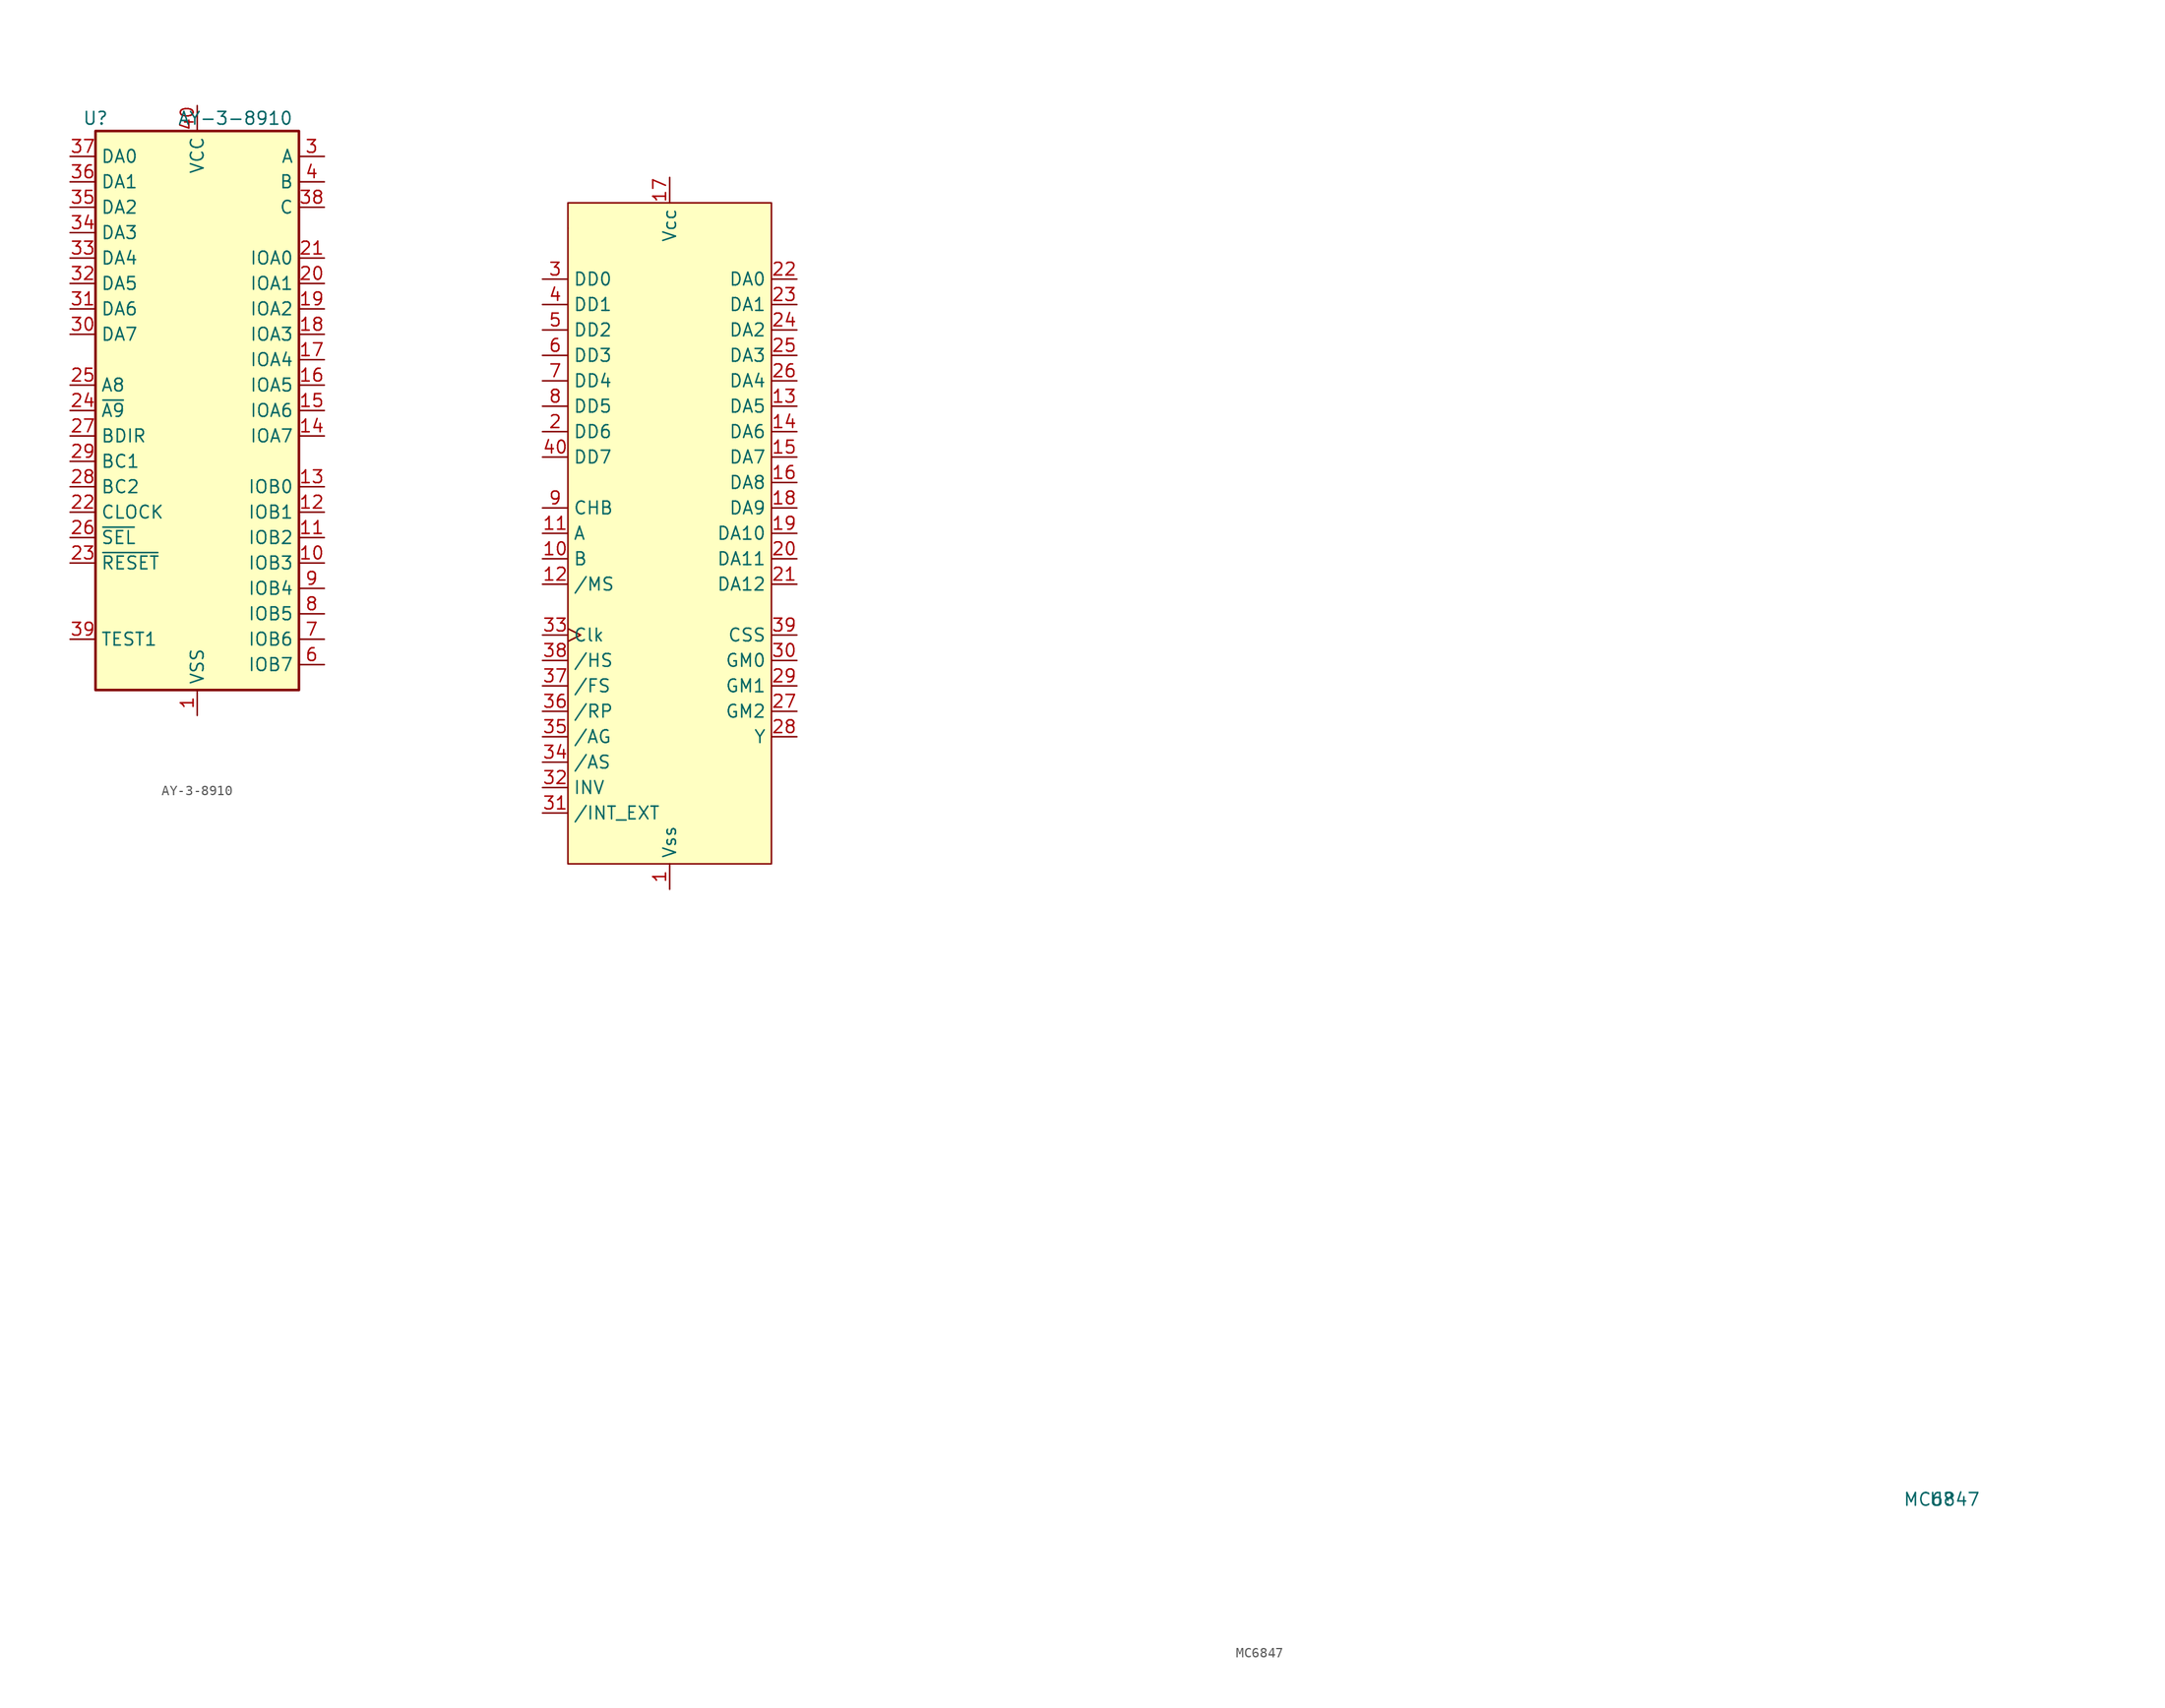
<source format=kicad_sym>
(kicad_symbol_lib
  (version 20211014)
  (generator kicad_symbol_editor)
  (symbol "AY-3-8910"
    (property "Reference" "U"
      (at -10.16 29.21 0)
      (effects (font (size 1.27 1.27))))
    (property "Value" "AY-3-8910"
      (at 3.81 29.21 0)
      (effects (font (size 1.27 1.27))))
    (symbol "AY-3-8910_0_1"
      (rectangle (start -10.16 27.94) (end 10.16 -27.94) (stroke (width 0.254) (type default) (color 0 0 0 0)) (fill (type background))))
    (symbol "AY-3-8910_1_1"
      (pin power_in line (at 0 -30.48 90) (length 2.54) (name "VSS" (effects (font (size 1.27 1.27)))) (number "1" (effects (font (size 1.27 1.27)))))
      (pin bidirectional line (at 12.7 -15.24 180) (length 2.54) (name "IOB3" (effects (font (size 1.27 1.27)))) (number "10" (effects (font (size 1.27 1.27)))))
      (pin bidirectional line (at 12.7 -12.7 180) (length 2.54) (name "IOB2" (effects (font (size 1.27 1.27)))) (number "11" (effects (font (size 1.27 1.27)))))
      (pin bidirectional line (at 12.7 -10.16 180) (length 2.54) (name "IOB1" (effects (font (size 1.27 1.27)))) (number "12" (effects (font (size 1.27 1.27)))))
      (pin bidirectional line (at 12.7 -7.62 180) (length 2.54) (name "IOB0" (effects (font (size 1.27 1.27)))) (number "13" (effects (font (size 1.27 1.27)))))
      (pin bidirectional line (at 12.7 -2.54 180) (length 2.54) (name "IOA7" (effects (font (size 1.27 1.27)))) (number "14" (effects (font (size 1.27 1.27)))))
      (pin bidirectional line (at 12.7 0 180) (length 2.54) (name "IOA6" (effects (font (size 1.27 1.27)))) (number "15" (effects (font (size 1.27 1.27)))))
      (pin bidirectional line (at 12.7 2.54 180) (length 2.54) (name "IOA5" (effects (font (size 1.27 1.27)))) (number "16" (effects (font (size 1.27 1.27)))))
      (pin bidirectional line (at 12.7 5.08 180) (length 2.54) (name "IOA4" (effects (font (size 1.27 1.27)))) (number "17" (effects (font (size 1.27 1.27)))))
      (pin bidirectional line (at 12.7 7.62 180) (length 2.54) (name "IOA3" (effects (font (size 1.27 1.27)))) (number "18" (effects (font (size 1.27 1.27)))))
      (pin bidirectional line (at 12.7 10.16 180) (length 2.54) (name "IOA2" (effects (font (size 1.27 1.27)))) (number "19" (effects (font (size 1.27 1.27)))))
      (pin no_connect line (at -10.16 -17.78 0) (length 2.54) hide (name "NC" (effects (font (size 1.27 1.27)))) (number "2" (effects (font (size 1.27 1.27)))))
      (pin bidirectional line (at 12.7 12.7 180) (length 2.54) (name "IOA1" (effects (font (size 1.27 1.27)))) (number "20" (effects (font (size 1.27 1.27)))))
      (pin bidirectional line (at 12.7 15.24 180) (length 2.54) (name "IOA0" (effects (font (size 1.27 1.27)))) (number "21" (effects (font (size 1.27 1.27)))))
      (pin input line (at -12.7 -10.16 0) (length 2.54) (name "CLOCK" (effects (font (size 1.27 1.27)))) (number "22" (effects (font (size 1.27 1.27)))))
      (pin input line (at -12.7 -15.24 0) (length 2.54) (name "~{RESET}" (effects (font (size 1.27 1.27)))) (number "23" (effects (font (size 1.27 1.27)))))
      (pin input line (at -12.7 0 0) (length 2.54) (name "~{A9}" (effects (font (size 1.27 1.27)))) (number "24" (effects (font (size 1.27 1.27)))))
      (pin input line (at -12.7 2.54 0) (length 2.54) (name "A8" (effects (font (size 1.27 1.27)))) (number "25" (effects (font (size 1.27 1.27)))))
      (pin input line (at -12.7 -12.7 0) (length 2.54) (name "~{SEL}" (effects (font (size 1.27 1.27)))) (number "26" (effects (font (size 1.27 1.27)))))
      (pin input line (at -12.7 -2.54 0) (length 2.54) (name "BDIR" (effects (font (size 1.27 1.27)))) (number "27" (effects (font (size 1.27 1.27)))))
      (pin input line (at -12.7 -7.62 0) (length 2.54) (name "BC2" (effects (font (size 1.27 1.27)))) (number "28" (effects (font (size 1.27 1.27)))))
      (pin input line (at -12.7 -5.08 0) (length 2.54) (name "BC1" (effects (font (size 1.27 1.27)))) (number "29" (effects (font (size 1.27 1.27)))))
      (pin output line (at 12.7 25.4 180) (length 2.54) (name "A" (effects (font (size 1.27 1.27)))) (number "3" (effects (font (size 1.27 1.27)))))
      (pin bidirectional line (at -12.7 7.62 0) (length 2.54) (name "DA7" (effects (font (size 1.27 1.27)))) (number "30" (effects (font (size 1.27 1.27)))))
      (pin bidirectional line (at -12.7 10.16 0) (length 2.54) (name "DA6" (effects (font (size 1.27 1.27)))) (number "31" (effects (font (size 1.27 1.27)))))
      (pin bidirectional line (at -12.7 12.7 0) (length 2.54) (name "DA5" (effects (font (size 1.27 1.27)))) (number "32" (effects (font (size 1.27 1.27)))))
      (pin bidirectional line (at -12.7 15.24 0) (length 2.54) (name "DA4" (effects (font (size 1.27 1.27)))) (number "33" (effects (font (size 1.27 1.27)))))
      (pin bidirectional line (at -12.7 17.78 0) (length 2.54) (name "DA3" (effects (font (size 1.27 1.27)))) (number "34" (effects (font (size 1.27 1.27)))))
      (pin bidirectional line (at -12.7 20.32 0) (length 2.54) (name "DA2" (effects (font (size 1.27 1.27)))) (number "35" (effects (font (size 1.27 1.27)))))
      (pin bidirectional line (at -12.7 22.86 0) (length 2.54) (name "DA1" (effects (font (size 1.27 1.27)))) (number "36" (effects (font (size 1.27 1.27)))))
      (pin bidirectional line (at -12.7 25.4 0) (length 2.54) (name "DA0" (effects (font (size 1.27 1.27)))) (number "37" (effects (font (size 1.27 1.27)))))
      (pin output line (at 12.7 20.32 180) (length 2.54) (name "C" (effects (font (size 1.27 1.27)))) (number "38" (effects (font (size 1.27 1.27)))))
      (pin passive line (at -12.7 -22.86 0) (length 2.54) (name "TEST1" (effects (font (size 1.27 1.27)))) (number "39" (effects (font (size 1.27 1.27)))))
      (pin output line (at 12.7 22.86 180) (length 2.54) (name "B" (effects (font (size 1.27 1.27)))) (number "4" (effects (font (size 1.27 1.27)))))
      (pin power_in line (at 0 30.48 270) (length 2.54) (name "VCC" (effects (font (size 1.27 1.27)))) (number "40" (effects (font (size 1.27 1.27)))))
      (pin no_connect line (at -10.16 -20.32 0) (length 2.54) hide (name "NC" (effects (font (size 1.27 1.27)))) (number "5" (effects (font (size 1.27 1.27)))))
      (pin bidirectional line (at 12.7 -25.4 180) (length 2.54) (name "IOB7" (effects (font (size 1.27 1.27)))) (number "6" (effects (font (size 1.27 1.27)))))
      (pin bidirectional line (at 12.7 -22.86 180) (length 2.54) (name "IOB6" (effects (font (size 1.27 1.27)))) (number "7" (effects (font (size 1.27 1.27)))))
      (pin bidirectional line (at 12.7 -20.32 180) (length 2.54) (name "IOB5" (effects (font (size 1.27 1.27)))) (number "8" (effects (font (size 1.27 1.27)))))
      (pin bidirectional line (at 12.7 -17.78 180) (length 2.54) (name "IOB4" (effects (font (size 1.27 1.27)))) (number "9" (effects (font (size 1.27 1.27)))))))
  (symbol "MC6847"
    (property "Reference" "U"
      (at 0 0 0)
      (effects (font (size 1.27 1.27))))
    (property "Value" "MC6847"
      (at 0 0 0)
      (effects (font (size 1.27 1.27))))
    (symbol "MC6847_0_1"
      (rectangle (start -137.16 127) (end -137.16 127) (stroke (width 0) (type default) (color 0 0 0 0)) (fill (type none)))
      (rectangle (start -137.16 129.54) (end -116.84 63.5) (stroke (width 0) (type default) (color 0 0 0 0)) (fill (type background))))
    (symbol "MC6847_1_1"
      (pin power_in line (at -127 60.96 90) (length 2.54) (name "Vss" (effects (font (size 1.27 1.27)))) (number "1" (effects (font (size 1.27 1.27)))))
      (pin output line (at -139.7 93.98 0) (length 2.54) (name "B" (effects (font (size 1.27 1.27)))) (number "10" (effects (font (size 1.27 1.27)))))
      (pin output line (at -139.7 96.52 0) (length 2.54) (name "A" (effects (font (size 1.27 1.27)))) (number "11" (effects (font (size 1.27 1.27)))))
      (pin input line (at -139.7 91.44 0) (length 2.54) (name "/MS" (effects (font (size 1.27 1.27)))) (number "12" (effects (font (size 1.27 1.27)))))
      (pin output line (at -114.3 109.22 180) (length 2.54) (name "DA5" (effects (font (size 1.27 1.27)))) (number "13" (effects (font (size 1.27 1.27)))))
      (pin output line (at -114.3 106.68 180) (length 2.54) (name "DA6" (effects (font (size 1.27 1.27)))) (number "14" (effects (font (size 1.27 1.27)))))
      (pin output line (at -114.3 104.14 180) (length 2.54) (name "DA7" (effects (font (size 1.27 1.27)))) (number "15" (effects (font (size 1.27 1.27)))))
      (pin output line (at -114.3 101.6 180) (length 2.54) (name "DA8" (effects (font (size 1.27 1.27)))) (number "16" (effects (font (size 1.27 1.27)))))
      (pin power_in line (at -127 132.08 270) (length 2.54) (name "Vcc" (effects (font (size 1.27 1.27)))) (number "17" (effects (font (size 1.27 1.27)))))
      (pin output line (at -114.3 99.06 180) (length 2.54) (name "DA9" (effects (font (size 1.27 1.27)))) (number "18" (effects (font (size 1.27 1.27)))))
      (pin output line (at -114.3 96.52 180) (length 2.54) (name "DA10" (effects (font (size 1.27 1.27)))) (number "19" (effects (font (size 1.27 1.27)))))
      (pin input line (at -139.7 106.68 0) (length 2.54) (name "DD6" (effects (font (size 1.27 1.27)))) (number "2" (effects (font (size 1.27 1.27)))))
      (pin output line (at -114.3 93.98 180) (length 2.54) (name "DA11" (effects (font (size 1.27 1.27)))) (number "20" (effects (font (size 1.27 1.27)))))
      (pin output line (at -114.3 91.44 180) (length 2.54) (name "DA12" (effects (font (size 1.27 1.27)))) (number "21" (effects (font (size 1.27 1.27)))))
      (pin output line (at -114.3 121.92 180) (length 2.54) (name "DA0" (effects (font (size 1.27 1.27)))) (number "22" (effects (font (size 1.27 1.27)))))
      (pin output line (at -114.3 119.38 180) (length 2.54) (name "DA1" (effects (font (size 1.27 1.27)))) (number "23" (effects (font (size 1.27 1.27)))))
      (pin output line (at -114.3 116.84 180) (length 2.54) (name "DA2" (effects (font (size 1.27 1.27)))) (number "24" (effects (font (size 1.27 1.27)))))
      (pin output line (at -114.3 114.3 180) (length 2.54) (name "DA3" (effects (font (size 1.27 1.27)))) (number "25" (effects (font (size 1.27 1.27)))))
      (pin output line (at -114.3 111.76 180) (length 2.54) (name "DA4" (effects (font (size 1.27 1.27)))) (number "26" (effects (font (size 1.27 1.27)))))
      (pin input line (at -114.3 78.74 180) (length 2.54) (name "GM2" (effects (font (size 1.27 1.27)))) (number "27" (effects (font (size 1.27 1.27)))))
      (pin input line (at -114.3 76.2 180) (length 2.54) (name "Y" (effects (font (size 1.27 1.27)))) (number "28" (effects (font (size 1.27 1.27)))))
      (pin input line (at -114.3 81.28 180) (length 2.54) (name "GM1" (effects (font (size 1.27 1.27)))) (number "29" (effects (font (size 1.27 1.27)))))
      (pin input line (at -139.7 121.92 0) (length 2.54) (name "DD0" (effects (font (size 1.27 1.27)))) (number "3" (effects (font (size 1.27 1.27)))))
      (pin input line (at -114.3 83.82 180) (length 2.54) (name "GM0" (effects (font (size 1.27 1.27)))) (number "30" (effects (font (size 1.27 1.27)))))
      (pin input line (at -139.7 68.58 0) (length 2.54) (name "/INT_EXT" (effects (font (size 1.27 1.27)))) (number "31" (effects (font (size 1.27 1.27)))))
      (pin input line (at -139.7 71.12 0) (length 2.54) (name "INV" (effects (font (size 1.27 1.27)))) (number "32" (effects (font (size 1.27 1.27)))))
      (pin input clock (at -139.7 86.36 0) (length 2.54) (name "Clk" (effects (font (size 1.27 1.27)))) (number "33" (effects (font (size 1.27 1.27)))))
      (pin input line (at -139.7 73.66 0) (length 2.54) (name "/AS" (effects (font (size 1.27 1.27)))) (number "34" (effects (font (size 1.27 1.27)))))
      (pin input line (at -139.7 76.2 0) (length 2.54) (name "/AG" (effects (font (size 1.27 1.27)))) (number "35" (effects (font (size 1.27 1.27)))))
      (pin input line (at -139.7 78.74 0) (length 2.54) (name "/RP" (effects (font (size 1.27 1.27)))) (number "36" (effects (font (size 1.27 1.27)))))
      (pin input line (at -139.7 81.28 0) (length 2.54) (name "/FS" (effects (font (size 1.27 1.27)))) (number "37" (effects (font (size 1.27 1.27)))))
      (pin input line (at -139.7 83.82 0) (length 2.54) (name "/HS" (effects (font (size 1.27 1.27)))) (number "38" (effects (font (size 1.27 1.27)))))
      (pin input line (at -114.3 86.36 180) (length 2.54) (name "CSS" (effects (font (size 1.27 1.27)))) (number "39" (effects (font (size 1.27 1.27)))))
      (pin input line (at -139.7 119.38 0) (length 2.54) (name "DD1" (effects (font (size 1.27 1.27)))) (number "4" (effects (font (size 1.27 1.27)))))
      (pin input line (at -139.7 104.14 0) (length 2.54) (name "DD7" (effects (font (size 1.27 1.27)))) (number "40" (effects (font (size 1.27 1.27)))))
      (pin input line (at -139.7 116.84 0) (length 2.54) (name "DD2" (effects (font (size 1.27 1.27)))) (number "5" (effects (font (size 1.27 1.27)))))
      (pin input line (at -139.7 114.3 0) (length 2.54) (name "DD3" (effects (font (size 1.27 1.27)))) (number "6" (effects (font (size 1.27 1.27)))))
      (pin input line (at -139.7 111.76 0) (length 2.54) (name "DD4" (effects (font (size 1.27 1.27)))) (number "7" (effects (font (size 1.27 1.27)))))
      (pin input line (at -139.7 109.22 0) (length 2.54) (name "DD5" (effects (font (size 1.27 1.27)))) (number "8" (effects (font (size 1.27 1.27)))))
      (pin output line (at -139.7 99.06 0) (length 2.54) (name "CHB" (effects (font (size 1.27 1.27)))) (number "9" (effects (font (size 1.27 1.27))))))))
</source>
